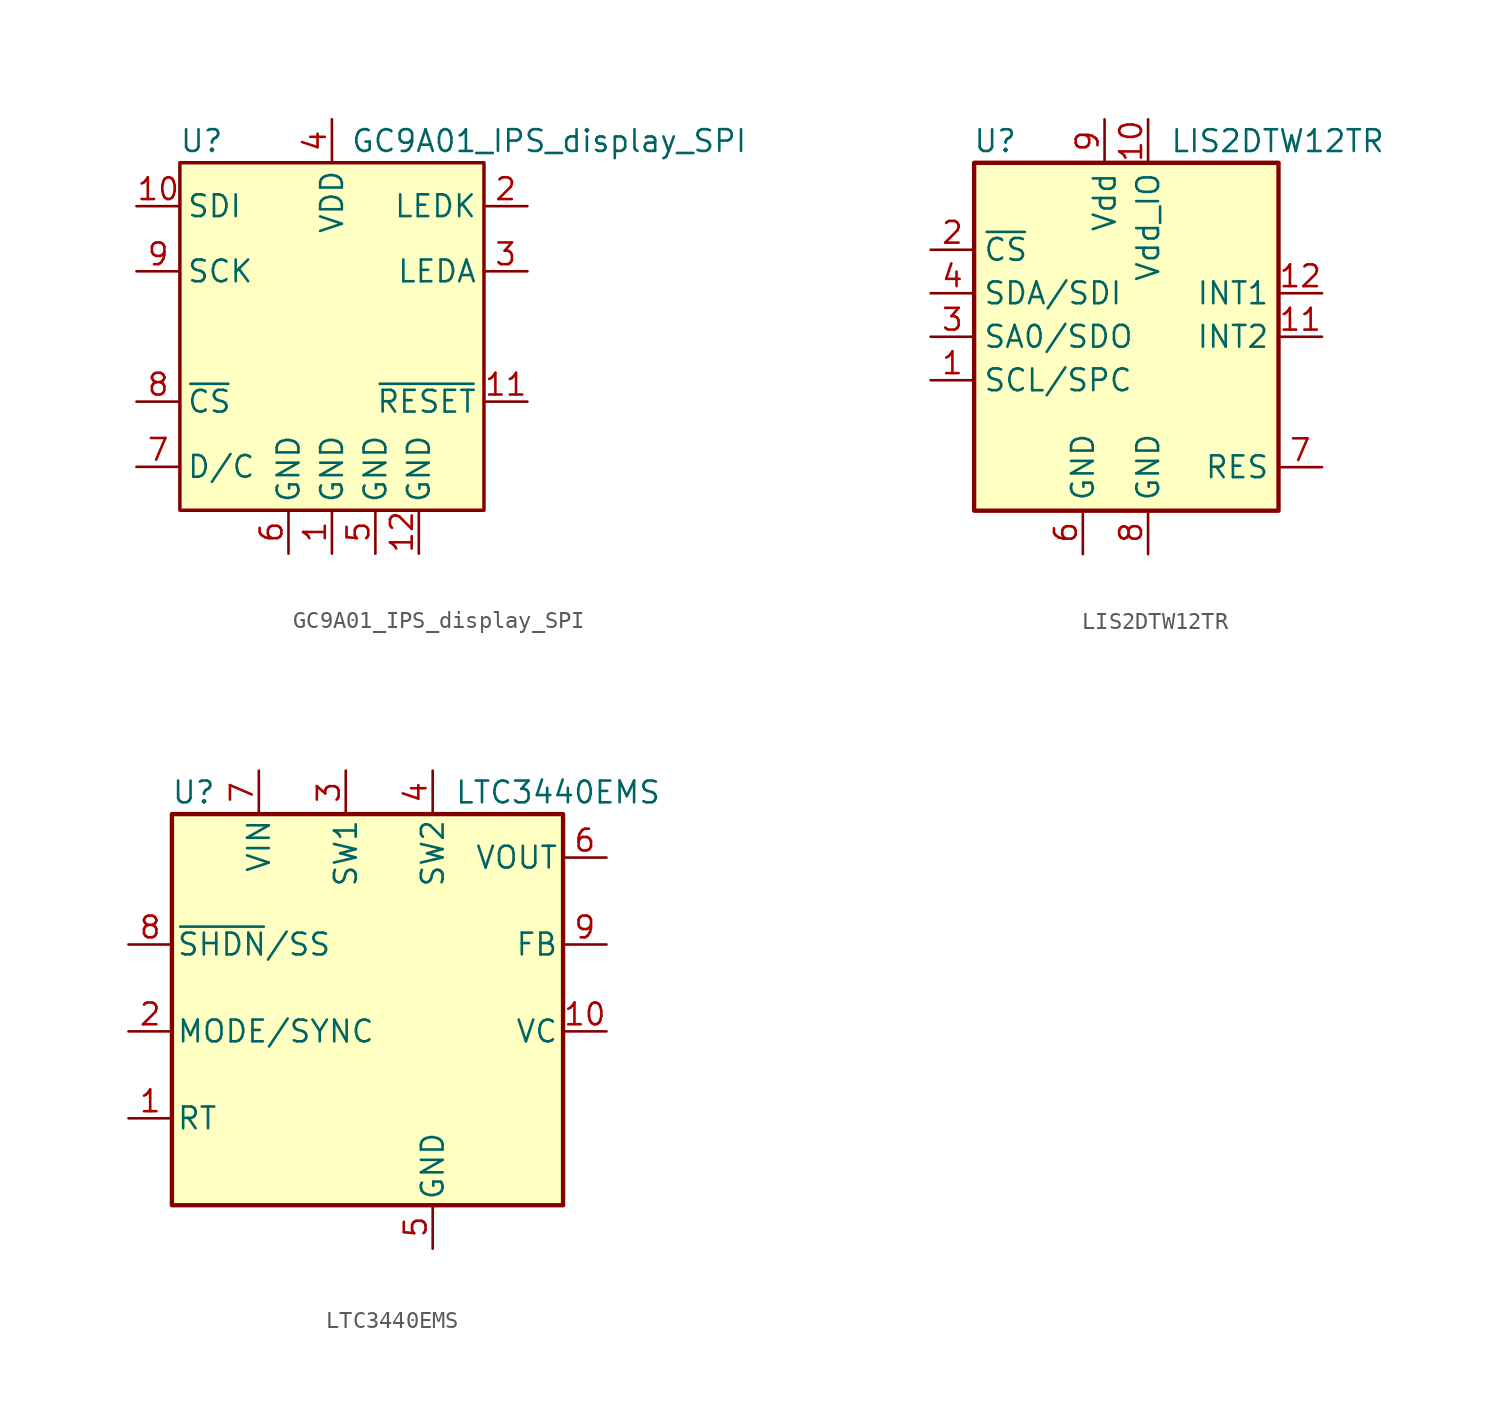
<source format=kicad_sym>
(kicad_symbol_lib
  (version 20210619)
  (generator kicad_symbol_editor)
  (symbol "open-Smartwatch:GC9A01_IPS_display_SPI"
    (pin_names
      (offset 0.381))
    (property "Reference" "U"
      (at -7.62 11.43 0)
      (effects (font (size 1.27 1.27))))
    (property "Value" "GC9A01_IPS_display_SPI"
      (at 12.7 11.43 0)
      (effects (font (size 1.27 1.27))))
    (symbol "GC9A01_IPS_display_SPI_0_0"
      (pin power_in line (at 0 -12.7 90) (length 2.54) (name "GND" (effects (font (size 1.27 1.27)))) (number "1" (effects (font (size 1.27 1.27)))))
      (pin bidirectional line (at -11.43 7.62 0) (length 2.54) (name "SDI" (effects (font (size 1.27 1.27)))) (number "10" (effects (font (size 1.27 1.27)))))
      (pin input line (at 11.43 -3.81 180) (length 2.54) (name "~{RESET}" (effects (font (size 1.27 1.27)))) (number "11" (effects (font (size 1.27 1.27)))))
      (pin power_in line (at 5.08 -12.7 90) (length 2.54) (name "GND" (effects (font (size 1.27 1.27)))) (number "12" (effects (font (size 1.27 1.27)))))
      (pin passive line (at 11.43 7.62 180) (length 2.54) (name "LEDK" (effects (font (size 1.27 1.27)))) (number "2" (effects (font (size 1.27 1.27)))))
      (pin passive line (at 11.43 3.81 180) (length 2.54) (name "LEDA" (effects (font (size 1.27 1.27)))) (number "3" (effects (font (size 1.27 1.27)))))
      (pin power_in line (at 0 12.7 270) (length 2.54) (name "VDD" (effects (font (size 1.27 1.27)))) (number "4" (effects (font (size 1.27 1.27)))))
      (pin power_in line (at 2.54 -12.7 90) (length 2.54) (name "GND" (effects (font (size 1.27 1.27)))) (number "5" (effects (font (size 1.27 1.27)))))
      (pin power_in line (at -2.54 -12.7 90) (length 2.54) (name "GND" (effects (font (size 1.27 1.27)))) (number "6" (effects (font (size 1.27 1.27)))))
      (pin input line (at -11.43 -7.62 0) (length 2.54) (name "D/C" (effects (font (size 1.27 1.27)))) (number "7" (effects (font (size 1.27 1.27)))))
      (pin input line (at -11.43 -3.81 0) (length 2.54) (name "~{CS}" (effects (font (size 1.27 1.27)))) (number "8" (effects (font (size 1.27 1.27)))))
      (pin input line (at -11.43 3.81 0) (length 2.54) (name "SCK" (effects (font (size 1.27 1.27)))) (number "9" (effects (font (size 1.27 1.27))))))
    (symbol "GC9A01_IPS_display_SPI_0_1"
      (rectangle (start -8.89 10.16) (end 8.89 -10.16) (stroke (width 0.203)) (fill (type background)))))
  (symbol "open-Smartwatch:LIS2DTW12TR"
    (property "Reference" "U"
      (at -5.08 11.43 0)
      (effects (font (size 1.27 1.27)) (justify right)))
    (property "Value" "LIS2DTW12TR"
      (at 3.81 11.43 0)
      (effects (font (size 1.27 1.27)) (justify left)))
    (symbol "LIS2DTW12TR_0_1"
      (rectangle (start -7.62 10.16) (end 10.16 -10.16) (stroke (width 0.254)) (fill (type background))))
    (symbol "LIS2DTW12TR_1_1"
      (pin input line (at -10.16 -2.54 0) (length 2.54) (name "SCL/SPC" (effects (font (size 1.27 1.27)))) (number "1" (effects (font (size 1.27 1.27)))))
      (pin power_in line (at 2.54 12.7 270) (length 2.54) (name "Vdd_IO" (effects (font (size 1.27 1.27)))) (number "10" (effects (font (size 1.27 1.27)))))
      (pin output line (at 12.7 0 180) (length 2.54) (name "INT2" (effects (font (size 1.27 1.27)))) (number "11" (effects (font (size 1.27 1.27)))))
      (pin output line (at 12.7 2.54 180) (length 2.54) (name "INT1" (effects (font (size 1.27 1.27)))) (number "12" (effects (font (size 1.27 1.27)))))
      (pin input line (at -10.16 5.08 0) (length 2.54) (name "~{CS}" (effects (font (size 1.27 1.27)))) (number "2" (effects (font (size 1.27 1.27)))))
      (pin bidirectional line (at -10.16 0 0) (length 2.54) (name "SA0/SDO" (effects (font (size 1.27 1.27)))) (number "3" (effects (font (size 1.27 1.27)))))
      (pin bidirectional line (at -10.16 2.54 0) (length 2.54) (name "SDA/SDI" (effects (font (size 1.27 1.27)))) (number "4" (effects (font (size 1.27 1.27)))))
      (pin passive line (at -7.62 -7.62 0) (length 2.54) hide (name "NC" (effects (font (size 1.27 1.27)))) (number "5" (effects (font (size 1.27 1.27)))))
      (pin power_in line (at -1.27 -12.7 90) (length 2.54) (name "GND" (effects (font (size 1.27 1.27)))) (number "6" (effects (font (size 1.27 1.27)))))
      (pin power_in line (at 12.7 -7.62 180) (length 2.54) (name "RES" (effects (font (size 1.27 1.27)))) (number "7" (effects (font (size 1.27 1.27)))))
      (pin power_in line (at 2.54 -12.7 90) (length 2.54) (name "GND" (effects (font (size 1.27 1.27)))) (number "8" (effects (font (size 1.27 1.27)))))
      (pin power_in line (at 0 12.7 270) (length 2.54) (name "Vdd" (effects (font (size 1.27 1.27)))) (number "9" (effects (font (size 1.27 1.27)))))))
  (symbol "open-Smartwatch:LTC3440EMS"
    (pin_names
      (offset 0.254))
    (property "Reference" "U"
      (at -11.43 11.43 0)
      (effects (font (size 1.27 1.27))))
    (property "Value" "LTC3440EMS"
      (at 3.81 11.43 0)
      (effects (font (size 1.27 1.27)) (justify left)))
    (symbol "LTC3440EMS_0_1"
      (rectangle (start -12.7 10.16) (end 10.16 -12.7) (stroke (width 0.254)) (fill (type background))))
    (symbol "LTC3440EMS_1_1"
      (pin input line (at -15.24 -7.62 0) (length 2.54) (name "RT" (effects (font (size 1.27 1.27)))) (number "1" (effects (font (size 1.27 1.27)))))
      (pin input line (at 12.7 -2.54 180) (length 2.54) (name "VC" (effects (font (size 1.27 1.27)))) (number "10" (effects (font (size 1.27 1.27)))))
      (pin input line (at -15.24 -2.54 0) (length 2.54) (name "MODE/SYNC" (effects (font (size 1.27 1.27)))) (number "2" (effects (font (size 1.27 1.27)))))
      (pin bidirectional line (at -2.54 12.7 270) (length 2.54) (name "SW1" (effects (font (size 1.27 1.27)))) (number "3" (effects (font (size 1.27 1.27)))))
      (pin bidirectional line (at 2.54 12.7 270) (length 2.54) (name "SW2" (effects (font (size 1.27 1.27)))) (number "4" (effects (font (size 1.27 1.27)))))
      (pin power_in line (at 2.54 -15.24 90) (length 2.54) (name "GND" (effects (font (size 1.27 1.27)))) (number "5" (effects (font (size 1.27 1.27)))))
      (pin power_out line (at 12.7 7.62 180) (length 2.54) (name "VOUT" (effects (font (size 1.27 1.27)))) (number "6" (effects (font (size 1.27 1.27)))))
      (pin power_in line (at -7.62 12.7 270) (length 2.54) (name "VIN" (effects (font (size 1.27 1.27)))) (number "7" (effects (font (size 1.27 1.27)))))
      (pin input line (at -15.24 2.54 0) (length 2.54) (name "~{SHDN}/SS" (effects (font (size 1.27 1.27)))) (number "8" (effects (font (size 1.27 1.27)))))
      (pin input line (at 12.7 2.54 180) (length 2.54) (name "FB" (effects (font (size 1.27 1.27)))) (number "9" (effects (font (size 1.27 1.27))))))))
</source>
